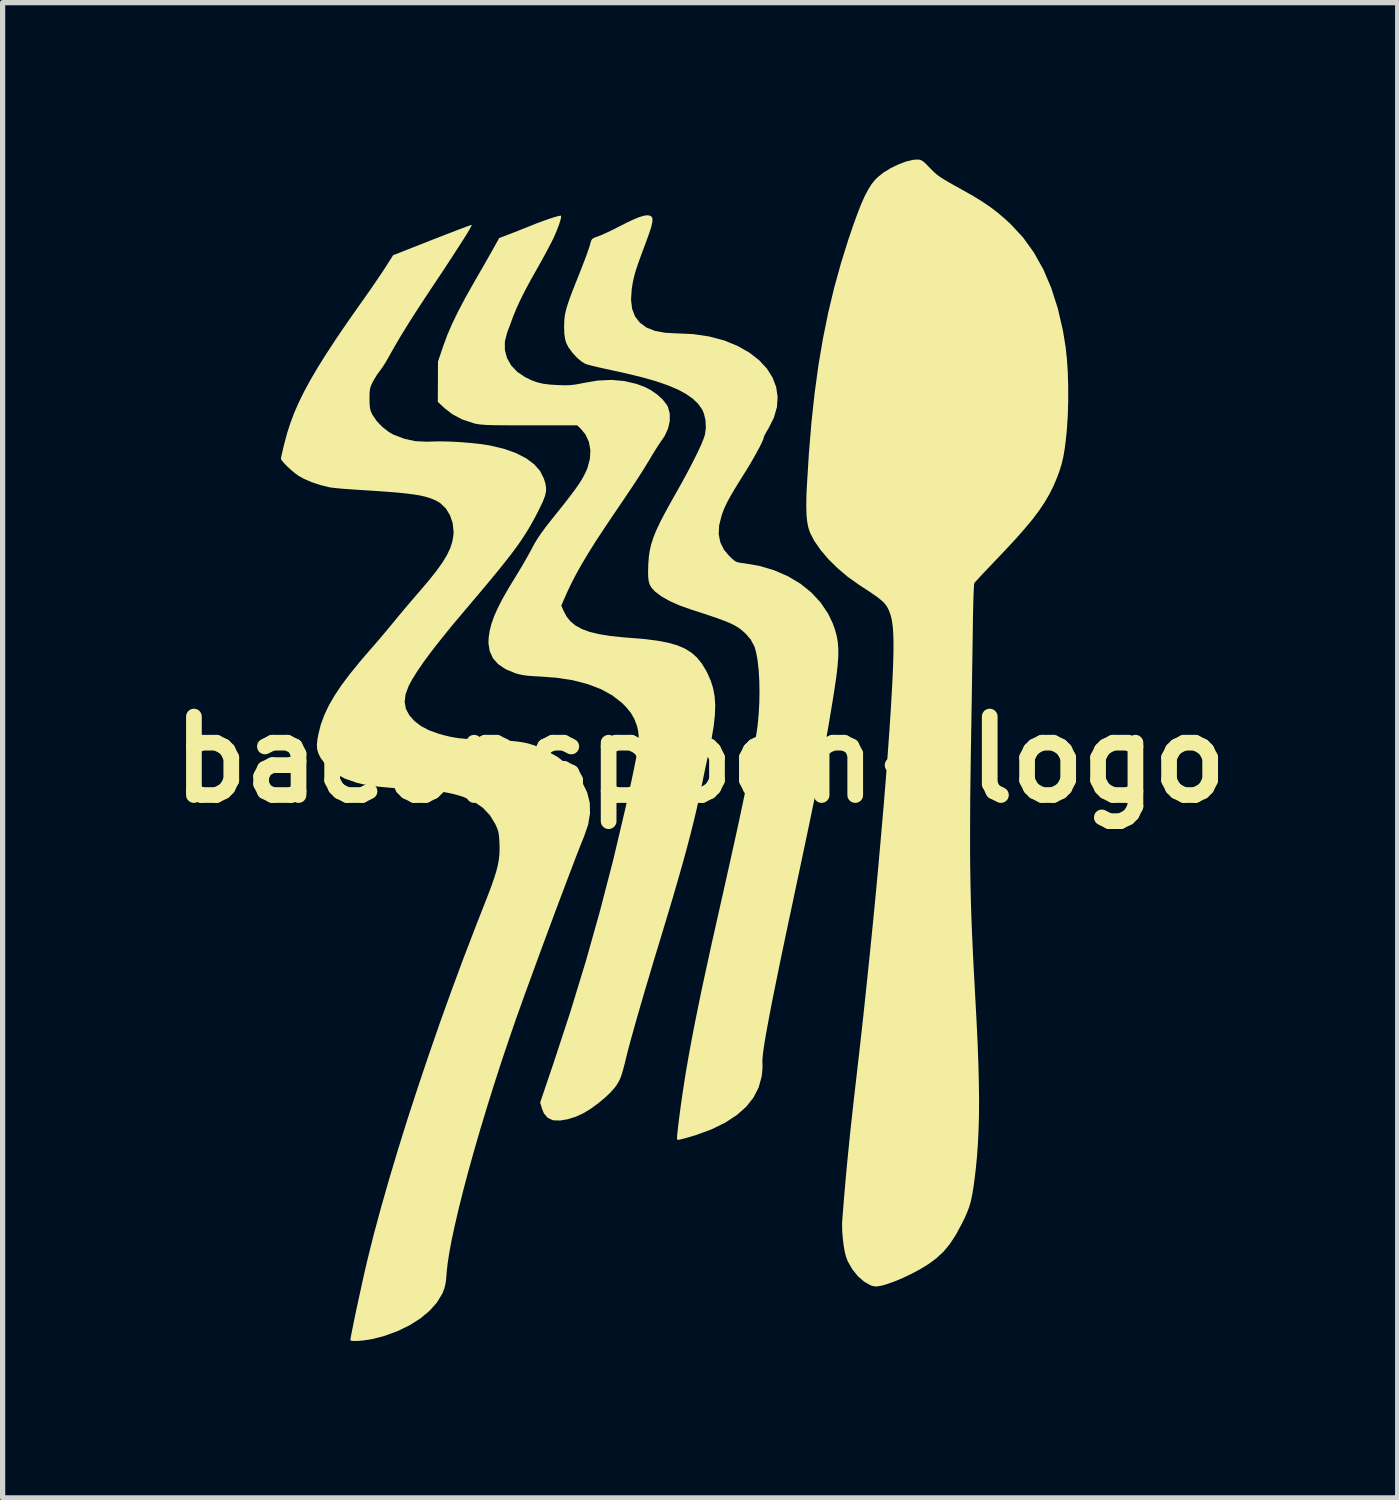
<source format=kicad_pcb>
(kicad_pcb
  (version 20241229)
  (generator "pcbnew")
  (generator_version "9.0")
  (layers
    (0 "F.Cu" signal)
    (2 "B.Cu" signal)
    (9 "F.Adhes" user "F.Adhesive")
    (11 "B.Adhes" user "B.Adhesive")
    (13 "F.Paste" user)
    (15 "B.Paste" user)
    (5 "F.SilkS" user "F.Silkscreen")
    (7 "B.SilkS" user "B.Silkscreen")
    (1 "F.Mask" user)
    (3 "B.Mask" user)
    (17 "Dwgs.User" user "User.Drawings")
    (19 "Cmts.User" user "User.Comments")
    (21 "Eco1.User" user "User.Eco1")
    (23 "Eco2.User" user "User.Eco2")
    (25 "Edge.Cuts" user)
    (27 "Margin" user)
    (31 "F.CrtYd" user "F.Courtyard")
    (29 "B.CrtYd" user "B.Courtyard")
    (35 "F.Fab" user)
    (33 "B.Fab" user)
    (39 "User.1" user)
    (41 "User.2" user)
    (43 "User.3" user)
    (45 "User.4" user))
  (footprint "baconspoon-logo"
    (layer "F.Cu")
    (at 10.336 11.471)
    (property "Reference" "baconspoon-logo" (at 0 0 0) (layer "F.SilkS") (effects (font (size 1.5 1.5) (thickness 0.3))))
    (attr board_only exclude_from_pos_files exclude_from_bom)
    (fp_poly (pts (xy 4.192 -11.468) (xy 4.231 -11.456) (xy 4.272 -11.428) (xy 4.326 -11.378) (xy 4.372 -11.33) (xy 4.429 -11.271) (xy 4.479 -11.223) (xy 4.53 -11.18) (xy 4.587 -11.138) (xy 4.658 -11.092) (xy 4.748 -11.039) (xy 4.865 -10.973) (xy 5.009 -10.893) (xy 5.219 -10.774) (xy 5.398 -10.664) (xy 5.555 -10.557) (xy 5.699 -10.446) (xy 5.841 -10.324) (xy 5.94 -10.232) (xy 6.174 -9.98) (xy 6.38 -9.693) (xy 6.56 -9.372) (xy 6.712 -9.016) (xy 6.837 -8.626) (xy 6.935 -8.203) (xy 6.987 -7.884) (xy 7.011 -7.66) (xy 7.028 -7.406) (xy 7.036 -7.132) (xy 7.036 -6.852) (xy 7.028 -6.578) (xy 7.011 -6.321) (xy 7.01 -6.302) (xy 6.989 -6.099) (xy 6.967 -5.929) (xy 6.942 -5.784) (xy 6.911 -5.653) (xy 6.872 -5.525) (xy 6.823 -5.392) (xy 6.755 -5.23) (xy 6.676 -5.073) (xy 6.584 -4.916) (xy 6.476 -4.755) (xy 6.347 -4.584) (xy 6.194 -4.401) (xy 6.015 -4.199) (xy 5.806 -3.975) (xy 5.737 -3.902) (xy 5.618 -3.778) (xy 5.509 -3.663) (xy 5.413 -3.562) (xy 5.335 -3.478) (xy 5.278 -3.416) (xy 5.246 -3.38) (xy 5.241 -3.373) (xy 5.236 -3.344) (xy 5.232 -3.276) (xy 5.227 -3.175) (xy 5.223 -3.045) (xy 5.219 -2.893) (xy 5.215 -2.722) (xy 5.213 -2.584) (xy 5.211 -2.41) (xy 5.208 -2.2) (xy 5.204 -1.961) (xy 5.2 -1.701) (xy 5.196 -1.428) (xy 5.192 -1.149) (xy 5.187 -0.873) (xy 5.183 -0.608) (xy 5.182 -0.565) (xy 5.174 -0.092) (xy 5.168 0.34) (xy 5.163 0.739) (xy 5.161 1.108) (xy 5.16 1.453) (xy 5.16 1.779) (xy 5.163 2.09) (xy 5.168 2.392) (xy 5.175 2.689) (xy 5.184 2.987) (xy 5.196 3.29) (xy 5.21 3.604) (xy 5.226 3.933) (xy 5.245 4.282) (xy 5.26 4.562) (xy 5.285 5.024) (xy 5.305 5.446) (xy 5.319 5.831) (xy 5.328 6.185) (xy 5.332 6.51) (xy 5.33 6.811) (xy 5.322 7.09) (xy 5.309 7.354) (xy 5.291 7.604) (xy 5.267 7.845) (xy 5.248 8.005) (xy 5.224 8.182) (xy 5.2 8.325) (xy 5.175 8.444) (xy 5.144 8.551) (xy 5.105 8.654) (xy 5.056 8.766) (xy 5.005 8.869) (xy 4.891 9.081) (xy 4.776 9.258) (xy 4.653 9.407) (xy 4.514 9.536) (xy 4.353 9.654) (xy 4.196 9.749) (xy 4.039 9.832) (xy 3.88 9.908) (xy 3.727 9.973) (xy 3.586 10.024) (xy 3.467 10.059) (xy 3.375 10.074) (xy 3.356 10.074) (xy 3.299 10.065) (xy 3.258 10.052) (xy 3.133 9.981) (xy 3.014 9.876) (xy 2.908 9.745) (xy 2.824 9.597) (xy 2.79 9.512) (xy 2.765 9.415) (xy 2.743 9.289) (xy 2.726 9.147) (xy 2.715 9.006) (xy 2.713 8.879) (xy 2.715 8.825) (xy 2.748 8.409) (xy 2.785 7.978) (xy 2.828 7.528) (xy 2.877 7.051) (xy 2.933 6.542) (xy 2.99 6.046) (xy 3.055 5.478) (xy 3.119 4.901) (xy 3.181 4.317) (xy 3.242 3.731) (xy 3.301 3.146) (xy 3.357 2.568) (xy 3.41 1.999) (xy 3.459 1.444) (xy 3.506 0.906) (xy 3.548 0.391) (xy 3.585 -0.098) (xy 3.618 -0.557) (xy 3.646 -0.982) (xy 3.668 -1.369) (xy 3.676 -1.517) (xy 3.688 -1.793) (xy 3.695 -2.03) (xy 3.696 -2.231) (xy 3.692 -2.4) (xy 3.682 -2.542) (xy 3.665 -2.661) (xy 3.641 -2.761) (xy 3.611 -2.845) (xy 3.575 -2.916) (xy 3.547 -2.958) (xy 3.512 -3) (xy 3.464 -3.044) (xy 3.399 -3.096) (xy 3.311 -3.159) (xy 3.196 -3.237) (xy 3.048 -3.333) (xy 3.027 -3.347) (xy 2.822 -3.493) (xy 2.629 -3.656) (xy 2.453 -3.829) (xy 2.302 -4.007) (xy 2.181 -4.181) (xy 2.103 -4.331) (xy 2.07 -4.426) (xy 2.047 -4.539) (xy 2.033 -4.676) (xy 2.028 -4.842) (xy 2.031 -5.042) (xy 2.039 -5.212) (xy 2.078 -5.846) (xy 2.127 -6.442) (xy 2.188 -7.004) (xy 2.261 -7.539) (xy 2.348 -8.051) (xy 2.448 -8.544) (xy 2.563 -9.024) (xy 2.694 -9.497) (xy 2.841 -9.966) (xy 2.844 -9.973) (xy 2.931 -10.228) (xy 3.009 -10.443) (xy 3.08 -10.624) (xy 3.147 -10.774) (xy 3.212 -10.897) (xy 3.275 -10.997) (xy 3.34 -11.079) (xy 3.391 -11.131) (xy 3.506 -11.223) (xy 3.644 -11.307) (xy 3.792 -11.379) (xy 3.938 -11.434) (xy 4.072 -11.465) (xy 4.143 -11.471)) (stroke (width 0) (type solid)) (fill yes) (layer "F.SilkS"))
    (fp_poly (pts (xy -2.661 -10.397) (xy -2.659 -10.367) (xy -2.673 -10.306) (xy -2.701 -10.22) (xy -2.739 -10.119) (xy -2.786 -10.01) (xy -2.801 -9.976) (xy -2.843 -9.891) (xy -2.902 -9.778) (xy -2.971 -9.649) (xy -3.046 -9.512) (xy -3.109 -9.4) (xy -3.24 -9.168) (xy -3.348 -8.966) (xy -3.438 -8.787) (xy -3.513 -8.624) (xy -3.575 -8.472) (xy -3.589 -8.435) (xy -3.624 -8.338) (xy -3.659 -8.246) (xy -3.686 -8.175) (xy -3.691 -8.16) (xy -3.734 -7.992) (xy -3.734 -7.829) (xy -3.693 -7.675) (xy -3.613 -7.534) (xy -3.495 -7.41) (xy -3.346 -7.311) (xy -3.228 -7.253) (xy -3.118 -7.212) (xy -3.003 -7.185) (xy -2.868 -7.168) (xy -2.735 -7.16) (xy -2.603 -7.155) (xy -2.498 -7.157) (xy -2.402 -7.167) (xy -2.299 -7.185) (xy -2.248 -7.196) (xy -1.963 -7.245) (xy -1.7 -7.258) (xy -1.453 -7.237) (xy -1.215 -7.181) (xy -1.068 -7.126) (xy -0.94 -7.061) (xy -0.819 -6.976) (xy -0.715 -6.88) (xy -0.639 -6.783) (xy -0.617 -6.743) (xy -0.582 -6.616) (xy -0.581 -6.474) (xy -0.614 -6.328) (xy -0.677 -6.189) (xy -0.725 -6.118) (xy -0.761 -6.067) (xy -0.813 -5.988) (xy -0.874 -5.891) (xy -0.937 -5.788) (xy -0.941 -5.78) (xy -1.005 -5.675) (xy -1.066 -5.575) (xy -1.129 -5.474) (xy -1.198 -5.367) (xy -1.276 -5.248) (xy -1.368 -5.111) (xy -1.476 -4.95) (xy -1.605 -4.76) (xy -1.642 -4.706) (xy -1.833 -4.422) (xy -1.999 -4.169) (xy -2.142 -3.941) (xy -2.266 -3.733) (xy -2.373 -3.542) (xy -2.466 -3.362) (xy -2.548 -3.189) (xy -2.57 -3.138) (xy -2.655 -2.943) (xy -2.614 -2.848) (xy -2.555 -2.736) (xy -2.479 -2.641) (xy -2.382 -2.561) (xy -2.261 -2.495) (xy -2.113 -2.44) (xy -1.932 -2.397) (xy -1.717 -2.362) (xy -1.463 -2.336) (xy -1.329 -2.325) (xy -1.05 -2.302) (xy -0.81 -2.271) (xy -0.607 -2.232) (xy -0.434 -2.182) (xy -0.288 -2.119) (xy -0.165 -2.042) (xy -0.06 -1.948) (xy 0.031 -1.835) (xy 0.113 -1.701) (xy 0.141 -1.646) (xy 0.204 -1.503) (xy 0.249 -1.358) (xy 0.277 -1.203) (xy 0.288 -1.035) (xy 0.281 -0.848) (xy 0.258 -0.636) (xy 0.217 -0.394) (xy 0.16 -0.117) (xy 0.156 -0.1) (xy 0.126 0.035) (xy 0.092 0.194) (xy 0.058 0.359) (xy 0.027 0.509) (xy 0.024 0.52) (xy -0.022 0.742) (xy -0.072 0.967) (xy -0.128 1.201) (xy -0.19 1.448) (xy -0.259 1.71) (xy -0.337 1.994) (xy -0.425 2.302) (xy -0.523 2.64) (xy -0.634 3.01) (xy -0.757 3.418) (xy -0.775 3.477) (xy -0.873 3.798) (xy -0.966 4.111) (xy -1.055 4.409) (xy -1.137 4.69) (xy -1.212 4.948) (xy -1.277 5.181) (xy -1.333 5.382) (xy -1.378 5.55) (xy -1.405 5.658) (xy -1.443 5.814) (xy -1.475 5.934) (xy -1.502 6.026) (xy -1.528 6.097) (xy -1.556 6.155) (xy -1.588 6.208) (xy -1.625 6.262) (xy -1.71 6.36) (xy -1.823 6.467) (xy -1.953 6.575) (xy -2.089 6.674) (xy -2.219 6.754) (xy -2.237 6.764) (xy -2.388 6.832) (xy -2.538 6.878) (xy -2.678 6.901) (xy -2.797 6.898) (xy -2.823 6.893) (xy -2.917 6.848) (xy -2.987 6.766) (xy -3.024 6.676) (xy -3.059 6.557) (xy -2.804 5.805) (xy -2.481 4.821) (xy -2.186 3.856) (xy -1.916 2.896) (xy -1.665 1.93) (xy -1.432 0.943) (xy -1.308 0.381) (xy -1.263 0.165) (xy -1.227 -0.014) (xy -1.202 -0.16) (xy -1.185 -0.28) (xy -1.177 -0.379) (xy -1.177 -0.463) (xy -1.185 -0.537) (xy -1.199 -0.607) (xy -1.209 -0.644) (xy -1.259 -0.778) (xy -1.328 -0.896) (xy -1.424 -1.012) (xy -1.497 -1.084) (xy -1.679 -1.226) (xy -1.898 -1.346) (xy -2.151 -1.442) (xy -2.435 -1.516) (xy -2.748 -1.564) (xy -3.044 -1.586) (xy -3.191 -1.594) (xy -3.305 -1.603) (xy -3.396 -1.616) (xy -3.477 -1.634) (xy -3.541 -1.653) (xy -3.721 -1.728) (xy -3.861 -1.823) (xy -3.962 -1.937) (xy -4.024 -2.072) (xy -4.048 -2.228) (xy -4.044 -2.328) (xy -4.025 -2.458) (xy -3.991 -2.593) (xy -3.94 -2.738) (xy -3.869 -2.897) (xy -3.777 -3.077) (xy -3.66 -3.281) (xy -3.519 -3.512) (xy -3.442 -3.639) (xy -3.363 -3.773) (xy -3.291 -3.899) (xy -3.232 -4.008) (xy -3.208 -4.054) (xy -3.161 -4.141) (xy -3.103 -4.234) (xy -3.031 -4.339) (xy -2.94 -4.462) (xy -2.825 -4.608) (xy -2.755 -4.696) (xy -2.611 -4.875) (xy -2.494 -5.026) (xy -2.398 -5.154) (xy -2.322 -5.262) (xy -2.262 -5.356) (xy -2.215 -5.441) (xy -2.176 -5.522) (xy -2.155 -5.575) (xy -2.108 -5.748) (xy -2.099 -5.916) (xy -2.128 -6.074) (xy -2.194 -6.216) (xy -2.282 -6.323) (xy -2.35 -6.389) (xy -3.262 -6.389) (xy -3.494 -6.389) (xy -3.685 -6.39) (xy -3.842 -6.391) (xy -3.968 -6.393) (xy -4.069 -6.396) (xy -4.148 -6.401) (xy -4.211 -6.407) (xy -4.262 -6.414) (xy -4.306 -6.423) (xy -4.323 -6.427) (xy -4.547 -6.501) (xy -4.737 -6.601) (xy -4.884 -6.715) (xy -5.016 -6.838) (xy -5.014 -7.222) (xy -5.013 -7.607) (xy -4.912 -7.906) (xy -4.836 -8.113) (xy -4.741 -8.333) (xy -4.625 -8.572) (xy -4.486 -8.835) (xy -4.322 -9.126) (xy -4.317 -9.135) (xy -4.239 -9.27) (xy -4.157 -9.412) (xy -4.078 -9.55) (xy -4.01 -9.67) (xy -3.977 -9.729) (xy -3.842 -9.97) (xy -3.654 -10.042) (xy -3.549 -10.082) (xy -3.423 -10.132) (xy -3.296 -10.183) (xy -3.233 -10.208) (xy -3.113 -10.256) (xy -2.994 -10.3) (xy -2.882 -10.339) (xy -2.786 -10.37) (xy -2.712 -10.39) (xy -2.669 -10.398)) (stroke (width 0) (type solid)) (fill yes) (layer "F.SilkS"))
    (fp_poly (pts (xy -0.993 -10.404) (xy -0.952 -10.395) (xy -0.924 -10.373) (xy -0.912 -10.335) (xy -0.915 -10.276) (xy -0.933 -10.192) (xy -0.969 -10.079) (xy -1.021 -9.932) (xy -1.059 -9.83) (xy -1.125 -9.653) (xy -1.177 -9.51) (xy -1.217 -9.393) (xy -1.247 -9.295) (xy -1.27 -9.206) (xy -1.288 -9.121) (xy -1.303 -9.03) (xy -1.309 -8.989) (xy -1.322 -8.789) (xy -1.301 -8.616) (xy -1.244 -8.469) (xy -1.152 -8.351) (xy -1.026 -8.259) (xy -0.865 -8.195) (xy -0.669 -8.159) (xy -0.482 -8.149) (xy -0.138 -8.134) (xy 0.175 -8.088) (xy 0.463 -8.011) (xy 0.72 -7.905) (xy 0.943 -7.778) (xy 1.129 -7.633) (xy 1.276 -7.474) (xy 1.385 -7.302) (xy 1.453 -7.121) (xy 1.481 -6.931) (xy 1.467 -6.736) (xy 1.41 -6.538) (xy 1.311 -6.339) (xy 1.307 -6.333) (xy 1.264 -6.261) (xy 1.233 -6.203) (xy 1.218 -6.169) (xy 1.218 -6.166) (xy 1.207 -6.125) (xy 1.175 -6.052) (xy 1.126 -5.955) (xy 1.062 -5.838) (xy 0.989 -5.709) (xy 0.908 -5.572) (xy 0.837 -5.459) (xy 0.729 -5.286) (xy 0.642 -5.143) (xy 0.573 -5.025) (xy 0.519 -4.925) (xy 0.476 -4.836) (xy 0.441 -4.753) (xy 0.411 -4.669) (xy 0.411 -4.669) (xy 0.363 -4.479) (xy 0.354 -4.308) (xy 0.385 -4.153) (xy 0.455 -4.012) (xy 0.553 -3.895) (xy 0.618 -3.832) (xy 0.667 -3.793) (xy 0.714 -3.772) (xy 0.774 -3.76) (xy 0.82 -3.755) (xy 1.125 -3.704) (xy 1.41 -3.62) (xy 1.674 -3.506) (xy 1.913 -3.364) (xy 2.123 -3.196) (xy 2.302 -3.003) (xy 2.446 -2.789) (xy 2.531 -2.612) (xy 2.576 -2.489) (xy 2.609 -2.369) (xy 2.631 -2.247) (xy 2.641 -2.115) (xy 2.64 -1.968) (xy 2.628 -1.798) (xy 2.605 -1.6) (xy 2.571 -1.367) (xy 2.56 -1.295) (xy 2.53 -1.106) (xy 2.5 -0.926) (xy 2.471 -0.753) (xy 2.442 -0.582) (xy 2.412 -0.411) (xy 2.38 -0.236) (xy 2.346 -0.053) (xy 2.308 0.14) (xy 2.267 0.348) (xy 2.222 0.573) (xy 2.171 0.819) (xy 2.115 1.09) (xy 2.053 1.389) (xy 1.983 1.719) (xy 1.906 2.084) (xy 1.82 2.487) (xy 1.775 2.702) (xy 1.677 3.162) (xy 1.589 3.58) (xy 1.511 3.957) (xy 1.442 4.296) (xy 1.381 4.596) (xy 1.33 4.861) (xy 1.287 5.09) (xy 1.252 5.285) (xy 1.225 5.448) (xy 1.206 5.58) (xy 1.194 5.682) (xy 1.189 5.756) (xy 1.19 5.793) (xy 1.192 5.876) (xy 1.185 5.978) (xy 1.175 6.062) (xy 1.118 6.27) (xy 1.019 6.462) (xy 0.88 6.638) (xy 0.699 6.798) (xy 0.478 6.942) (xy 0.217 7.07) (xy -0.085 7.181) (xy -0.256 7.231) (xy -0.346 7.255) (xy -0.401 7.268) (xy -0.43 7.27) (xy -0.441 7.26) (xy -0.443 7.24) (xy -0.443 7.238) (xy -0.44 7.188) (xy -0.431 7.101) (xy -0.418 6.985) (xy -0.401 6.847) (xy -0.381 6.695) (xy -0.359 6.536) (xy -0.336 6.377) (xy -0.319 6.267) (xy -0.276 5.99) (xy -0.226 5.702) (xy -0.171 5.398) (xy -0.109 5.075) (xy -0.039 4.728) (xy 0.039 4.352) (xy 0.127 3.945) (xy 0.224 3.501) (xy 0.277 3.266) (xy 0.353 2.927) (xy 0.421 2.627) (xy 0.48 2.363) (xy 0.532 2.13) (xy 0.578 1.924) (xy 0.618 1.743) (xy 0.654 1.581) (xy 0.686 1.436) (xy 0.715 1.302) (xy 0.742 1.177) (xy 0.768 1.056) (xy 0.776 1.019) (xy 0.844 0.695) (xy 0.903 0.411) (xy 0.953 0.164) (xy 0.995 -0.049) (xy 1.03 -0.233) (xy 1.058 -0.39) (xy 1.08 -0.523) (xy 1.096 -0.636) (xy 1.098 -0.653) (xy 1.118 -0.859) (xy 1.13 -1.075) (xy 1.134 -1.294) (xy 1.13 -1.509) (xy 1.118 -1.71) (xy 1.098 -1.892) (xy 1.071 -2.044) (xy 1.039 -2.158) (xy 0.966 -2.294) (xy 0.885 -2.39) (xy 0.83 -2.443) (xy 0.774 -2.49) (xy 0.713 -2.532) (xy 0.643 -2.573) (xy 0.557 -2.614) (xy 0.452 -2.656) (xy 0.322 -2.704) (xy 0.163 -2.758) (xy -0.031 -2.822) (xy -0.177 -2.869) (xy -0.392 -2.945) (xy -0.581 -3.029) (xy -0.739 -3.118) (xy -0.858 -3.208) (xy -0.874 -3.223) (xy -0.924 -3.278) (xy -0.96 -3.335) (xy -0.983 -3.404) (xy -0.994 -3.491) (xy -0.996 -3.606) (xy -0.991 -3.756) (xy -0.99 -3.762) (xy -0.98 -3.885) (xy -0.963 -4.002) (xy -0.935 -4.12) (xy -0.895 -4.243) (xy -0.841 -4.378) (xy -0.77 -4.529) (xy -0.68 -4.703) (xy -0.57 -4.904) (xy -0.479 -5.065) (xy -0.351 -5.293) (xy -0.235 -5.507) (xy -0.133 -5.703) (xy -0.047 -5.876) (xy 0.021 -6.023) (xy 0.068 -6.14) (xy 0.091 -6.211) (xy 0.109 -6.342) (xy 0.102 -6.481) (xy 0.073 -6.611) (xy 0.036 -6.696) (xy -0.039 -6.8) (xy -0.138 -6.896) (xy -0.265 -6.986) (xy -0.421 -7.071) (xy -0.609 -7.151) (xy -0.832 -7.228) (xy -1.092 -7.303) (xy -1.392 -7.377) (xy -1.683 -7.441) (xy -1.821 -7.471) (xy -1.95 -7.5) (xy -2.061 -7.527) (xy -2.146 -7.549) (xy -2.196 -7.566) (xy -2.198 -7.566) (xy -2.277 -7.615) (xy -2.364 -7.692) (xy -2.448 -7.785) (xy -2.518 -7.881) (xy -2.559 -7.961) (xy -2.583 -8.041) (xy -2.597 -8.136) (xy -2.601 -8.258) (xy -2.601 -8.282) (xy -2.599 -8.365) (xy -2.594 -8.442) (xy -2.582 -8.519) (xy -2.563 -8.602) (xy -2.535 -8.697) (xy -2.496 -8.811) (xy -2.445 -8.949) (xy -2.379 -9.116) (xy -2.315 -9.275) (xy -2.26 -9.416) (xy -2.208 -9.55) (xy -2.164 -9.669) (xy -2.13 -9.766) (xy -2.108 -9.833) (xy -2.105 -9.847) (xy -2.087 -9.914) (xy -2.065 -9.952) (xy -2.026 -9.976) (xy -1.964 -9.998) (xy -1.9 -10.023) (xy -1.809 -10.063) (xy -1.702 -10.113) (xy -1.592 -10.169) (xy -1.583 -10.173) (xy -1.415 -10.259) (xy -1.279 -10.323) (xy -1.172 -10.368) (xy -1.088 -10.394) (xy -1.023 -10.405)) (stroke (width 0) (type solid)) (fill yes) (layer "F.SilkS"))
    (fp_poly (pts (xy -4.375 -10.199) (xy -4.407 -10.14) (xy -4.463 -10.045) (xy -4.545 -9.915) (xy -4.652 -9.749) (xy -4.783 -9.547) (xy -4.94 -9.308) (xy -5.091 -9.082) (xy -5.258 -8.83) (xy -5.403 -8.608) (xy -5.529 -8.412) (xy -5.639 -8.236) (xy -5.738 -8.074) (xy -5.828 -7.921) (xy -5.913 -7.772) (xy -5.968 -7.673) (xy -6.02 -7.584) (xy -6.075 -7.498) (xy -6.123 -7.432) (xy -6.125 -7.43) (xy -6.177 -7.358) (xy -6.231 -7.27) (xy -6.26 -7.219) (xy -6.291 -7.153) (xy -6.31 -7.094) (xy -6.319 -7.027) (xy -6.322 -6.935) (xy -6.322 -6.898) (xy -6.32 -6.795) (xy -6.313 -6.721) (xy -6.297 -6.661) (xy -6.271 -6.601) (xy -6.263 -6.588) (xy -6.185 -6.472) (xy -6.078 -6.36) (xy -5.957 -6.265) (xy -5.86 -6.21) (xy -5.652 -6.131) (xy -5.447 -6.087) (xy -5.227 -6.076) (xy -5.149 -6.079) (xy -4.982 -6.083) (xy -4.787 -6.079) (xy -4.578 -6.068) (xy -4.37 -6.051) (xy -4.176 -6.029) (xy -4.012 -6.003) (xy -4.01 -6.002) (xy -3.745 -5.939) (xy -3.517 -5.857) (xy -3.325 -5.758) (xy -3.173 -5.644) (xy -3.059 -5.514) (xy -2.99 -5.375) (xy -2.96 -5.281) (xy -2.946 -5.199) (xy -2.948 -5.119) (xy -2.969 -5.032) (xy -3.009 -4.929) (xy -3.071 -4.8) (xy -3.09 -4.761) (xy -3.155 -4.635) (xy -3.22 -4.517) (xy -3.286 -4.403) (xy -3.357 -4.289) (xy -3.435 -4.172) (xy -3.522 -4.049) (xy -3.622 -3.915) (xy -3.737 -3.768) (xy -3.869 -3.604) (xy -4.022 -3.418) (xy -4.198 -3.208) (xy -4.399 -2.97) (xy -4.495 -2.857) (xy -4.74 -2.566) (xy -4.952 -2.304) (xy -5.135 -2.071) (xy -5.288 -1.864) (xy -5.412 -1.683) (xy -5.509 -1.527) (xy -5.573 -1.407) (xy -5.632 -1.248) (xy -5.65 -1.103) (xy -5.626 -0.969) (xy -5.559 -0.844) (xy -5.463 -0.737) (xy -5.333 -0.637) (xy -5.179 -0.557) (xy -4.994 -0.492) (xy -4.888 -0.462) (xy -4.792 -0.439) (xy -4.699 -0.421) (xy -4.601 -0.407) (xy -4.489 -0.396) (xy -4.356 -0.388) (xy -4.192 -0.381) (xy -4.041 -0.376) (xy -3.832 -0.369) (xy -3.66 -0.36) (xy -3.517 -0.347) (xy -3.396 -0.33) (xy -3.289 -0.307) (xy -3.189 -0.277) (xy -3.088 -0.238) (xy -2.978 -0.189) (xy -2.961 -0.181) (xy -2.725 -0.049) (xy -2.525 0.107) (xy -2.383 0.257) (xy -2.25 0.444) (xy -2.159 0.633) (xy -2.111 0.827) (xy -2.106 1.029) (xy -2.141 1.242) (xy -2.219 1.468) (xy -2.224 1.481) (xy -2.26 1.569) (xy -2.31 1.695) (xy -2.372 1.854) (xy -2.443 2.041) (xy -2.524 2.253) (xy -2.611 2.484) (xy -2.704 2.73) (xy -2.8 2.987) (xy -2.898 3.251) (xy -2.997 3.517) (xy -3.094 3.781) (xy -3.188 4.038) (xy -3.278 4.284) (xy -3.362 4.514) (xy -3.437 4.725) (xy -3.504 4.911) (xy -3.532 4.991) (xy -3.678 5.415) (xy -3.82 5.84) (xy -3.956 6.262) (xy -4.086 6.679) (xy -4.209 7.087) (xy -4.324 7.483) (xy -4.43 7.863) (xy -4.526 8.224) (xy -4.611 8.564) (xy -4.685 8.879) (xy -4.747 9.165) (xy -4.795 9.42) (xy -4.829 9.64) (xy -4.848 9.822) (xy -4.848 9.824) (xy -4.858 9.944) (xy -4.871 10.034) (xy -4.89 10.108) (xy -4.917 10.18) (xy -4.933 10.216) (xy -5.033 10.381) (xy -5.173 10.538) (xy -5.347 10.683) (xy -5.55 10.813) (xy -5.78 10.925) (xy -6.03 11.017) (xy -6.245 11.074) (xy -6.347 11.093) (xy -6.45 11.107) (xy -6.545 11.115) (xy -6.622 11.116) (xy -6.672 11.11) (xy -6.688 11.099) (xy -6.683 11.063) (xy -6.67 10.99) (xy -6.649 10.886) (xy -6.623 10.756) (xy -6.592 10.606) (xy -6.557 10.442) (xy -6.52 10.271) (xy -6.482 10.098) (xy -6.445 9.928) (xy -6.409 9.768) (xy -6.375 9.624) (xy -6.359 9.555) (xy -6.24 9.077) (xy -6.101 8.564) (xy -5.946 8.021) (xy -5.776 7.453) (xy -5.592 6.864) (xy -5.395 6.26) (xy -5.188 5.645) (xy -4.972 5.023) (xy -4.748 4.4) (xy -4.518 3.781) (xy -4.283 3.169) (xy -4.148 2.825) (xy -4.062 2.605) (xy -3.992 2.42) (xy -3.937 2.263) (xy -3.896 2.13) (xy -3.867 2.013) (xy -3.848 1.907) (xy -3.838 1.805) (xy -3.835 1.703) (xy -3.836 1.628) (xy -3.842 1.514) (xy -3.85 1.431) (xy -3.863 1.365) (xy -3.886 1.303) (xy -3.915 1.237) (xy -4.019 1.066) (xy -4.153 0.924) (xy -4.32 0.808) (xy -4.522 0.717) (xy -4.628 0.683) (xy -4.713 0.66) (xy -4.798 0.641) (xy -4.889 0.624) (xy -4.992 0.61) (xy -5.115 0.597) (xy -5.264 0.585) (xy -5.448 0.572) (xy -5.558 0.564) (xy -5.779 0.55) (xy -5.961 0.536) (xy -6.113 0.522) (xy -6.24 0.507) (xy -6.349 0.49) (xy -6.447 0.472) (xy -6.541 0.45) (xy -6.573 0.441) (xy -6.792 0.365) (xy -6.98 0.261) (xy -7.133 0.132) (xy -7.25 -0.022) (xy -7.254 -0.028) (xy -7.298 -0.114) (xy -7.322 -0.194) (xy -7.328 -0.281) (xy -7.317 -0.387) (xy -7.297 -0.495) (xy -7.251 -0.673) (xy -7.186 -0.85) (xy -7.101 -1.031) (xy -6.992 -1.22) (xy -6.857 -1.422) (xy -6.694 -1.639) (xy -6.501 -1.876) (xy -6.334 -2.071) (xy -6.227 -2.193) (xy -6.112 -2.327) (xy -6 -2.46) (xy -5.901 -2.58) (xy -5.855 -2.635) (xy -5.77 -2.739) (xy -5.666 -2.863) (xy -5.552 -2.998) (xy -5.438 -3.131) (xy -5.359 -3.222) (xy -5.185 -3.427) (xy -5.042 -3.607) (xy -4.928 -3.766) (xy -4.841 -3.909) (xy -4.779 -4.04) (xy -4.739 -4.163) (xy -4.718 -4.282) (xy -4.714 -4.357) (xy -4.732 -4.52) (xy -4.783 -4.671) (xy -4.863 -4.801) (xy -4.969 -4.902) (xy -5.033 -4.941) (xy -5.101 -4.973) (xy -5.175 -5.001) (xy -5.258 -5.026) (xy -5.355 -5.048) (xy -5.47 -5.067) (xy -5.607 -5.085) (xy -5.77 -5.102) (xy -5.962 -5.118) (xy -6.189 -5.134) (xy -6.455 -5.151) (xy -6.593 -5.16) (xy -6.729 -5.169) (xy -6.858 -5.179) (xy -6.97 -5.19) (xy -7.055 -5.2) (xy -7.091 -5.206) (xy -7.259 -5.247) (xy -7.424 -5.302) (xy -7.572 -5.365) (xy -7.677 -5.423) (xy -7.743 -5.471) (xy -7.817 -5.533) (xy -7.889 -5.599) (xy -7.951 -5.662) (xy -7.997 -5.715) (xy -8.016 -5.749) (xy -8.016 -5.752) (xy -8.011 -5.779) (xy -7.998 -5.84) (xy -7.977 -5.927) (xy -7.953 -6.031) (xy -7.949 -6.044) (xy -7.897 -6.239) (xy -7.835 -6.431) (xy -7.762 -6.626) (xy -7.675 -6.826) (xy -7.572 -7.035) (xy -7.452 -7.256) (xy -7.313 -7.493) (xy -7.153 -7.749) (xy -6.97 -8.028) (xy -6.763 -8.333) (xy -6.528 -8.668) (xy -6.493 -8.717) (xy -6.393 -8.859) (xy -6.292 -9.003) (xy -6.197 -9.142) (xy -6.113 -9.266) (xy -6.045 -9.367) (xy -6.015 -9.414) (xy -5.87 -9.642) (xy -5.123 -9.936) (xy -4.952 -10.003) (xy -4.794 -10.064) (xy -4.654 -10.118) (xy -4.537 -10.162) (xy -4.447 -10.195) (xy -4.389 -10.216) (xy -4.368 -10.222)) (stroke (width 0) (type solid)) (fill yes) (layer "F.SilkS")))
  (gr_rect
    (start -3 -3)
    (end 23.671 25.587)
    (stroke (width 0.1) (type default))
    (fill no)
    (layer "Edge.Cuts")))
</source>
